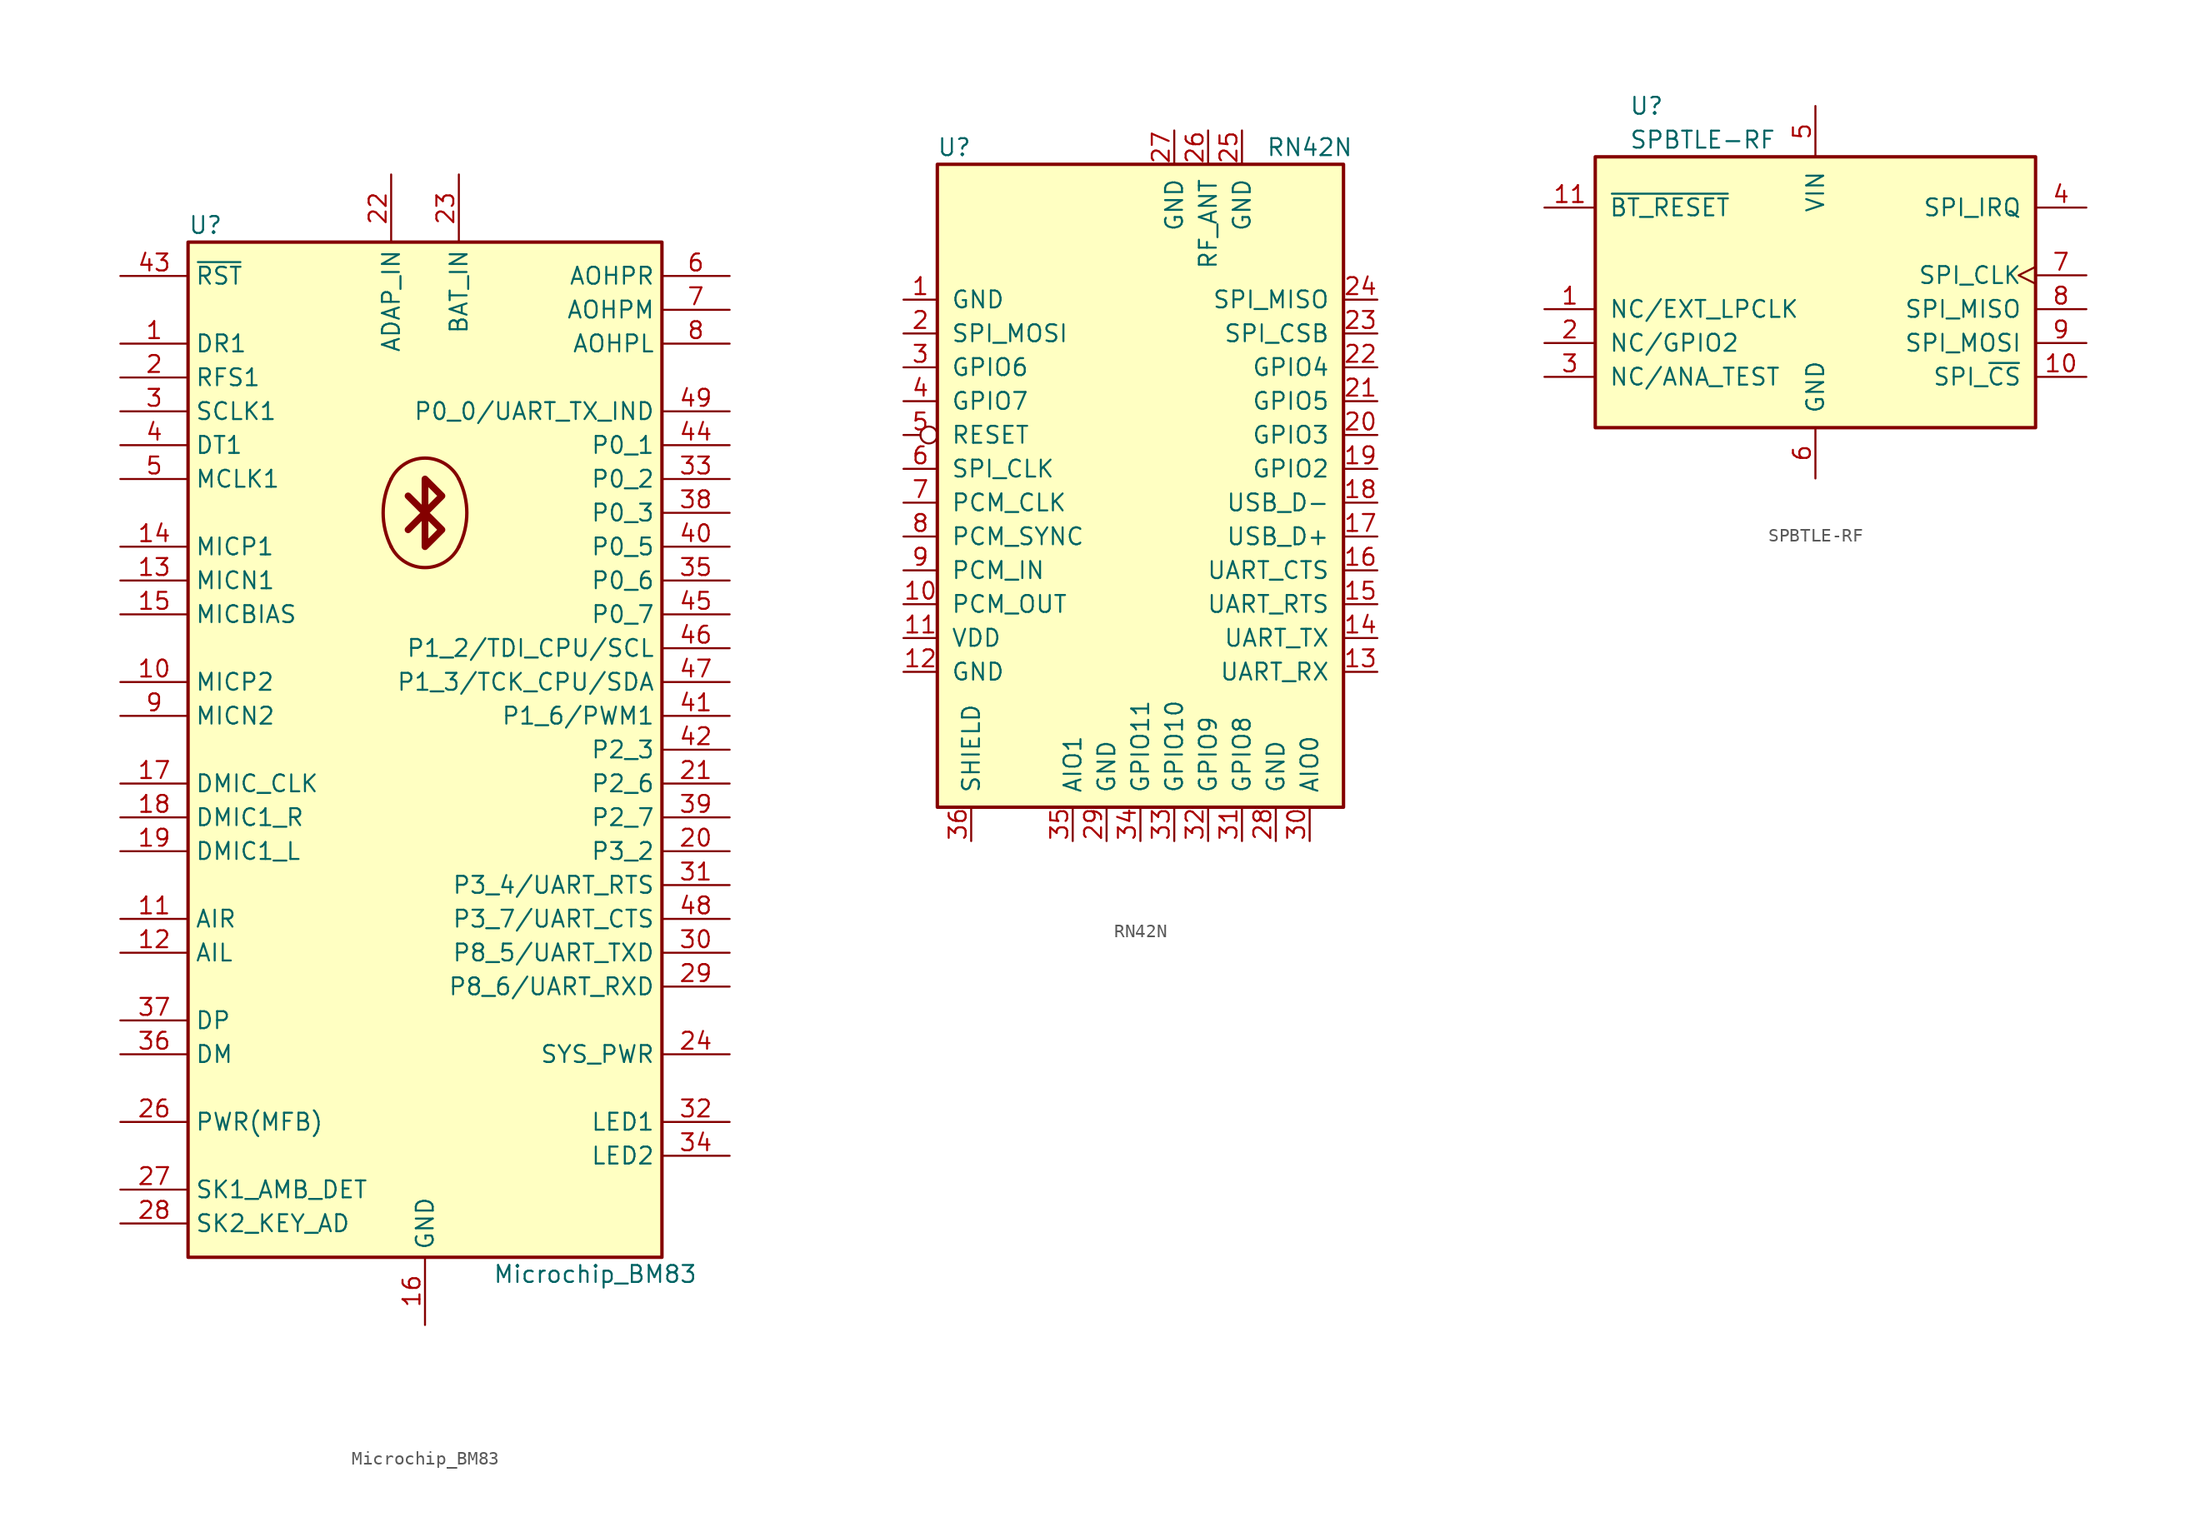
<source format=kicad_sym>
(kicad_symbol_lib
  (version 20231120)
  (generator "kicad_symbol_editor")
  (generator_version "8.0")
  (symbol "Microchip_BM83"
    (property "Reference" "U"
      (at -17.78 39.37 0)
      (effects (font (size 1.27 1.27)) (justify left)))
    (property "Value" "Microchip_BM83"
      (at 5.08 -39.37 0)
      (effects (font (size 1.27 1.27)) (justify left)))
    (symbol "Microchip_BM83_0_1"
      (rectangle (start -17.78 38.1) (end 17.78 -38.1) (stroke (width 0.254) (type default)) (fill (type background)))
      (arc (start -2.5399 15.24) (mid 0.0001 13.6702) (end 2.5401 15.24) (stroke (width 0.254) (type default)) (fill (type background)))
      (arc (start -2.5399 20.32) (mid -3.1395 17.78) (end -2.5399 15.24) (stroke (width 0.254) (type default)) (fill (type background)))
      (polyline (pts (xy 0.0001 17.78) (xy -1.27 16.51)) (stroke (width 0.508) (type default)) (fill (type none)))
      (polyline (pts (xy 0.0001 17.78) (xy -1.27 19.05)) (stroke (width 0.508) (type default)) (fill (type none)))
      (polyline (pts (xy 0.0001 20.32) (xy 1.27 19.05) (xy 0.0001 17.78) (xy 1.27 16.51) (xy 0.0001 15.24) (xy 0.0001 20.32)) (stroke (width 0.508) (type default)) (fill (type none)))
      (arc (start 2.5401 15.24) (mid 3.1397 17.78) (end 2.5401 20.32) (stroke (width 0.254) (type default)) (fill (type background)))
      (arc (start 2.5401 20.32) (mid 0.0001 21.8898) (end -2.5399 20.32) (stroke (width 0.254) (type default)) (fill (type background))))
    (symbol "Microchip_BM83_1_1"
      (pin input line (at -22.86 30.48 0) (length 5.08) (name "DR1" (effects (font (size 1.27 1.27)))) (number "1" (effects (font (size 1.27 1.27)))))
      (pin input line (at -22.86 5.08 0) (length 5.08) (name "MICP2" (effects (font (size 1.27 1.27)))) (number "10" (effects (font (size 1.27 1.27)))))
      (pin input line (at -22.86 -12.7 0) (length 5.08) (name "AIR" (effects (font (size 1.27 1.27)))) (number "11" (effects (font (size 1.27 1.27)))))
      (pin input line (at -22.86 -15.24 0) (length 5.08) (name "AIL" (effects (font (size 1.27 1.27)))) (number "12" (effects (font (size 1.27 1.27)))))
      (pin input line (at -22.86 12.7 0) (length 5.08) (name "MICN1" (effects (font (size 1.27 1.27)))) (number "13" (effects (font (size 1.27 1.27)))))
      (pin input line (at -22.86 15.24 0) (length 5.08) (name "MICP1" (effects (font (size 1.27 1.27)))) (number "14" (effects (font (size 1.27 1.27)))))
      (pin passive line (at -22.86 10.16 0) (length 5.08) (name "MICBIAS" (effects (font (size 1.27 1.27)))) (number "15" (effects (font (size 1.27 1.27)))))
      (pin power_in line (at 0 -43.18 90) (length 5.08) (name "GND" (effects (font (size 1.27 1.27)))) (number "16" (effects (font (size 1.27 1.27)))))
      (pin output line (at -22.86 -2.54 0) (length 5.08) (name "DMIC_CLK" (effects (font (size 1.27 1.27)))) (number "17" (effects (font (size 1.27 1.27)))))
      (pin output line (at -22.86 -5.08 0) (length 5.08) (name "DMIC1_R" (effects (font (size 1.27 1.27)))) (number "18" (effects (font (size 1.27 1.27)))))
      (pin output line (at -22.86 -7.62 0) (length 5.08) (name "DMIC1_L" (effects (font (size 1.27 1.27)))) (number "19" (effects (font (size 1.27 1.27)))))
      (pin bidirectional line (at -22.86 27.94 0) (length 5.08) (name "RFS1" (effects (font (size 1.27 1.27)))) (number "2" (effects (font (size 1.27 1.27)))))
      (pin bidirectional line (at 22.86 -7.62 180) (length 5.08) (name "P3_2" (effects (font (size 1.27 1.27)))) (number "20" (effects (font (size 1.27 1.27)))))
      (pin bidirectional line (at 22.86 -2.54 180) (length 5.08) (name "P2_6" (effects (font (size 1.27 1.27)))) (number "21" (effects (font (size 1.27 1.27)))))
      (pin power_in line (at -2.54 43.18 270) (length 5.08) (name "ADAP_IN" (effects (font (size 1.27 1.27)))) (number "22" (effects (font (size 1.27 1.27)))))
      (pin power_in line (at 2.54 43.18 270) (length 5.08) (name "BAT_IN" (effects (font (size 1.27 1.27)))) (number "23" (effects (font (size 1.27 1.27)))))
      (pin power_out line (at 22.86 -22.86 180) (length 5.08) (name "SYS_PWR" (effects (font (size 1.27 1.27)))) (number "24" (effects (font (size 1.27 1.27)))))
      (pin no_connect line (at 17.78 -33.02 180) (length 5.08) hide (name "VDD_IO" (effects (font (size 1.27 1.27)))) (number "25" (effects (font (size 1.27 1.27)))))
      (pin input line (at -22.86 -27.94 0) (length 5.08) (name "PWR(MFB)" (effects (font (size 1.27 1.27)))) (number "26" (effects (font (size 1.27 1.27)))))
      (pin input line (at -22.86 -33.02 0) (length 5.08) (name "SK1_AMB_DET" (effects (font (size 1.27 1.27)))) (number "27" (effects (font (size 1.27 1.27)))))
      (pin input line (at -22.86 -35.56 0) (length 5.08) (name "SK2_KEY_AD" (effects (font (size 1.27 1.27)))) (number "28" (effects (font (size 1.27 1.27)))))
      (pin bidirectional line (at 22.86 -17.78 180) (length 5.08) (name "P8_6/UART_RXD" (effects (font (size 1.27 1.27)))) (number "29" (effects (font (size 1.27 1.27)))))
      (pin bidirectional line (at -22.86 25.4 0) (length 5.08) (name "SCLK1" (effects (font (size 1.27 1.27)))) (number "3" (effects (font (size 1.27 1.27)))))
      (pin bidirectional line (at 22.86 -15.24 180) (length 5.08) (name "P8_5/UART_TXD" (effects (font (size 1.27 1.27)))) (number "30" (effects (font (size 1.27 1.27)))))
      (pin bidirectional line (at 22.86 -10.16 180) (length 5.08) (name "P3_4/UART_RTS" (effects (font (size 1.27 1.27)))) (number "31" (effects (font (size 1.27 1.27)))))
      (pin input line (at 22.86 -27.94 180) (length 5.08) (name "LED1" (effects (font (size 1.27 1.27)))) (number "32" (effects (font (size 1.27 1.27)))))
      (pin bidirectional line (at 22.86 20.32 180) (length 5.08) (name "P0_2" (effects (font (size 1.27 1.27)))) (number "33" (effects (font (size 1.27 1.27)))))
      (pin input line (at 22.86 -30.48 180) (length 5.08) (name "LED2" (effects (font (size 1.27 1.27)))) (number "34" (effects (font (size 1.27 1.27)))))
      (pin bidirectional line (at 22.86 12.7 180) (length 5.08) (name "P0_6" (effects (font (size 1.27 1.27)))) (number "35" (effects (font (size 1.27 1.27)))))
      (pin bidirectional line (at -22.86 -22.86 0) (length 5.08) (name "DM" (effects (font (size 1.27 1.27)))) (number "36" (effects (font (size 1.27 1.27)))))
      (pin bidirectional line (at -22.86 -20.32 0) (length 5.08) (name "DP" (effects (font (size 1.27 1.27)))) (number "37" (effects (font (size 1.27 1.27)))))
      (pin bidirectional line (at 22.86 17.78 180) (length 5.08) (name "P0_3" (effects (font (size 1.27 1.27)))) (number "38" (effects (font (size 1.27 1.27)))))
      (pin bidirectional line (at 22.86 -5.08 180) (length 5.08) (name "P2_7" (effects (font (size 1.27 1.27)))) (number "39" (effects (font (size 1.27 1.27)))))
      (pin output line (at -22.86 22.86 0) (length 5.08) (name "DT1" (effects (font (size 1.27 1.27)))) (number "4" (effects (font (size 1.27 1.27)))))
      (pin bidirectional line (at 22.86 15.24 180) (length 5.08) (name "P0_5" (effects (font (size 1.27 1.27)))) (number "40" (effects (font (size 1.27 1.27)))))
      (pin bidirectional line (at 22.86 2.54 180) (length 5.08) (name "P1_6/PWM1" (effects (font (size 1.27 1.27)))) (number "41" (effects (font (size 1.27 1.27)))))
      (pin bidirectional line (at 22.86 0 180) (length 5.08) (name "P2_3" (effects (font (size 1.27 1.27)))) (number "42" (effects (font (size 1.27 1.27)))))
      (pin input line (at -22.86 35.56 0) (length 5.08) (name "~{RST}" (effects (font (size 1.27 1.27)))) (number "43" (effects (font (size 1.27 1.27)))))
      (pin bidirectional line (at 22.86 22.86 180) (length 5.08) (name "P0_1" (effects (font (size 1.27 1.27)))) (number "44" (effects (font (size 1.27 1.27)))))
      (pin bidirectional line (at 22.86 10.16 180) (length 5.08) (name "P0_7" (effects (font (size 1.27 1.27)))) (number "45" (effects (font (size 1.27 1.27)))))
      (pin bidirectional line (at 22.86 7.62 180) (length 5.08) (name "P1_2/TDI_CPU/SCL" (effects (font (size 1.27 1.27)))) (number "46" (effects (font (size 1.27 1.27)))))
      (pin bidirectional line (at 22.86 5.08 180) (length 5.08) (name "P1_3/TCK_CPU/SDA" (effects (font (size 1.27 1.27)))) (number "47" (effects (font (size 1.27 1.27)))))
      (pin bidirectional line (at 22.86 -12.7 180) (length 5.08) (name "P3_7/UART_CTS" (effects (font (size 1.27 1.27)))) (number "48" (effects (font (size 1.27 1.27)))))
      (pin bidirectional line (at 22.86 25.4 180) (length 5.08) (name "P0_0/UART_TX_IND" (effects (font (size 1.27 1.27)))) (number "49" (effects (font (size 1.27 1.27)))))
      (pin output line (at -22.86 20.32 0) (length 5.08) (name "MCLK1" (effects (font (size 1.27 1.27)))) (number "5" (effects (font (size 1.27 1.27)))))
      (pin passive line (at 0 -43.18 90) (length 5.08) hide (name "GND" (effects (font (size 1.27 1.27)))) (number "50" (effects (font (size 1.27 1.27)))))
      (pin passive line (at 0 -43.18 90) (length 5.08) hide (name "GND" (effects (font (size 1.27 1.27)))) (number "56" (effects (font (size 1.27 1.27)))))
      (pin passive line (at 0 -43.18 90) (length 5.08) hide (name "GND" (effects (font (size 1.27 1.27)))) (number "57" (effects (font (size 1.27 1.27)))))
      (pin output line (at 22.86 35.56 180) (length 5.08) (name "AOHPR" (effects (font (size 1.27 1.27)))) (number "6" (effects (font (size 1.27 1.27)))))
      (pin output line (at 22.86 33.02 180) (length 5.08) (name "AOHPM" (effects (font (size 1.27 1.27)))) (number "7" (effects (font (size 1.27 1.27)))))
      (pin output line (at 22.86 30.48 180) (length 5.08) (name "AOHPL" (effects (font (size 1.27 1.27)))) (number "8" (effects (font (size 1.27 1.27)))))
      (pin input line (at -22.86 2.54 0) (length 5.08) (name "MICN2" (effects (font (size 1.27 1.27)))) (number "9" (effects (font (size 1.27 1.27)))))))
  (symbol "RN42N"
    (pin_names
      (offset 1.016))
    (property "Reference" "U"
      (at -13.97 26.67 0)
      (effects (font (size 1.27 1.27))))
    (property "Value" "RN42N"
      (at 12.7 26.67 0)
      (effects (font (size 1.27 1.27))))
    (symbol "RN42N_0_1"
      (rectangle (start -15.24 25.4) (end 15.24 -22.86) (stroke (width 0.254) (type default)) (fill (type background))))
    (symbol "RN42N_1_1"
      (pin power_in line (at -17.78 15.24 0) (length 2.54) (name "GND" (effects (font (size 1.27 1.27)))) (number "1" (effects (font (size 1.27 1.27)))))
      (pin output line (at -17.78 -7.62 0) (length 2.54) (name "PCM_OUT" (effects (font (size 1.27 1.27)))) (number "10" (effects (font (size 1.27 1.27)))))
      (pin power_in line (at -17.78 -10.16 0) (length 2.54) (name "VDD" (effects (font (size 1.27 1.27)))) (number "11" (effects (font (size 1.27 1.27)))))
      (pin power_in line (at -17.78 -12.7 0) (length 2.54) (name "GND" (effects (font (size 1.27 1.27)))) (number "12" (effects (font (size 1.27 1.27)))))
      (pin input line (at 17.78 -12.7 180) (length 2.54) (name "UART_RX" (effects (font (size 1.27 1.27)))) (number "13" (effects (font (size 1.27 1.27)))))
      (pin output line (at 17.78 -10.16 180) (length 2.54) (name "UART_TX" (effects (font (size 1.27 1.27)))) (number "14" (effects (font (size 1.27 1.27)))))
      (pin output line (at 17.78 -7.62 180) (length 2.54) (name "UART_RTS" (effects (font (size 1.27 1.27)))) (number "15" (effects (font (size 1.27 1.27)))))
      (pin input line (at 17.78 -5.08 180) (length 2.54) (name "UART_CTS" (effects (font (size 1.27 1.27)))) (number "16" (effects (font (size 1.27 1.27)))))
      (pin bidirectional line (at 17.78 -2.54 180) (length 2.54) (name "USB_D+" (effects (font (size 1.27 1.27)))) (number "17" (effects (font (size 1.27 1.27)))))
      (pin bidirectional line (at 17.78 0 180) (length 2.54) (name "USB_D-" (effects (font (size 1.27 1.27)))) (number "18" (effects (font (size 1.27 1.27)))))
      (pin bidirectional line (at 17.78 2.54 180) (length 2.54) (name "GPIO2" (effects (font (size 1.27 1.27)))) (number "19" (effects (font (size 1.27 1.27)))))
      (pin input line (at -17.78 12.7 0) (length 2.54) (name "SPI_MOSI" (effects (font (size 1.27 1.27)))) (number "2" (effects (font (size 1.27 1.27)))))
      (pin input line (at 17.78 5.08 180) (length 2.54) (name "GPIO3" (effects (font (size 1.27 1.27)))) (number "20" (effects (font (size 1.27 1.27)))))
      (pin bidirectional line (at 17.78 7.62 180) (length 2.54) (name "GPIO5" (effects (font (size 1.27 1.27)))) (number "21" (effects (font (size 1.27 1.27)))))
      (pin bidirectional line (at 17.78 10.16 180) (length 2.54) (name "GPIO4" (effects (font (size 1.27 1.27)))) (number "22" (effects (font (size 1.27 1.27)))))
      (pin input line (at 17.78 12.7 180) (length 2.54) (name "SPI_CSB" (effects (font (size 1.27 1.27)))) (number "23" (effects (font (size 1.27 1.27)))))
      (pin output line (at 17.78 15.24 180) (length 2.54) (name "SPI_MISO" (effects (font (size 1.27 1.27)))) (number "24" (effects (font (size 1.27 1.27)))))
      (pin power_in line (at 7.62 27.94 270) (length 2.54) (name "GND" (effects (font (size 1.27 1.27)))) (number "25" (effects (font (size 1.27 1.27)))))
      (pin bidirectional line (at 5.08 27.94 270) (length 2.54) (name "RF_ANT" (effects (font (size 1.27 1.27)))) (number "26" (effects (font (size 1.27 1.27)))))
      (pin power_in line (at 2.54 27.94 270) (length 2.54) (name "GND" (effects (font (size 1.27 1.27)))) (number "27" (effects (font (size 1.27 1.27)))))
      (pin power_in line (at 10.16 -25.4 90) (length 2.54) (name "GND" (effects (font (size 1.27 1.27)))) (number "28" (effects (font (size 1.27 1.27)))))
      (pin power_in line (at -2.54 -25.4 90) (length 2.54) (name "GND" (effects (font (size 1.27 1.27)))) (number "29" (effects (font (size 1.27 1.27)))))
      (pin input line (at -17.78 10.16 0) (length 2.54) (name "GPIO6" (effects (font (size 1.27 1.27)))) (number "3" (effects (font (size 1.27 1.27)))))
      (pin input line (at 12.7 -25.4 90) (length 2.54) (name "AIO0" (effects (font (size 1.27 1.27)))) (number "30" (effects (font (size 1.27 1.27)))))
      (pin output line (at 7.62 -25.4 90) (length 2.54) (name "GPIO8" (effects (font (size 1.27 1.27)))) (number "31" (effects (font (size 1.27 1.27)))))
      (pin bidirectional line (at 5.08 -25.4 90) (length 2.54) (name "GPIO9" (effects (font (size 1.27 1.27)))) (number "32" (effects (font (size 1.27 1.27)))))
      (pin bidirectional line (at 2.54 -25.4 90) (length 2.54) (name "GPIO10" (effects (font (size 1.27 1.27)))) (number "33" (effects (font (size 1.27 1.27)))))
      (pin bidirectional line (at 0 -25.4 90) (length 2.54) (name "GPIO11" (effects (font (size 1.27 1.27)))) (number "34" (effects (font (size 1.27 1.27)))))
      (pin input line (at -5.08 -25.4 90) (length 2.54) (name "AIO1" (effects (font (size 1.27 1.27)))) (number "35" (effects (font (size 1.27 1.27)))))
      (pin input line (at -12.7 -25.4 90) (length 2.54) (name "SHIELD" (effects (font (size 1.27 1.27)))) (number "36" (effects (font (size 1.27 1.27)))))
      (pin bidirectional line (at -17.78 7.62 0) (length 2.54) (name "GPIO7" (effects (font (size 1.27 1.27)))) (number "4" (effects (font (size 1.27 1.27)))))
      (pin input inverted (at -17.78 5.08 0) (length 2.54) (name "RESET" (effects (font (size 1.27 1.27)))) (number "5" (effects (font (size 1.27 1.27)))))
      (pin input line (at -17.78 2.54 0) (length 2.54) (name "SPI_CLK" (effects (font (size 1.27 1.27)))) (number "6" (effects (font (size 1.27 1.27)))))
      (pin bidirectional line (at -17.78 0 0) (length 2.54) (name "PCM_CLK" (effects (font (size 1.27 1.27)))) (number "7" (effects (font (size 1.27 1.27)))))
      (pin bidirectional line (at -17.78 -2.54 0) (length 2.54) (name "PCM_SYNC" (effects (font (size 1.27 1.27)))) (number "8" (effects (font (size 1.27 1.27)))))
      (pin input line (at -17.78 -5.08 0) (length 2.54) (name "PCM_IN" (effects (font (size 1.27 1.27)))) (number "9" (effects (font (size 1.27 1.27)))))))
  (symbol "SPBTLE-RF"
    (pin_names
      (offset 1.016))
    (property "Reference" "U"
      (at -13.97 12.7 0)
      (effects (font (size 1.27 1.27)) (justify left)))
    (property "Value" "SPBTLE-RF"
      (at -13.97 10.16 0)
      (effects (font (size 1.27 1.27)) (justify left)))
    (symbol "SPBTLE-RF_0_1"
      (rectangle (start -16.51 8.89) (end 16.51 -11.43) (stroke (width 0.254) (type default)) (fill (type background))))
    (symbol "SPBTLE-RF_1_1"
      (pin input line (at -20.32 -2.54 0) (length 3.81) (name "NC/EXT_LPCLK" (effects (font (size 1.27 1.27)))) (number "1" (effects (font (size 1.27 1.27)))))
      (pin input line (at 20.32 -7.62 180) (length 3.81) (name "SPI_~{CS}" (effects (font (size 1.27 1.27)))) (number "10" (effects (font (size 1.27 1.27)))))
      (pin input line (at -20.32 5.08 0) (length 3.81) (name "~{BT_RESET}" (effects (font (size 1.27 1.27)))) (number "11" (effects (font (size 1.27 1.27)))))
      (pin bidirectional line (at -20.32 -5.08 0) (length 3.81) (name "NC/GPIO2" (effects (font (size 1.27 1.27)))) (number "2" (effects (font (size 1.27 1.27)))))
      (pin input line (at -20.32 -7.62 0) (length 3.81) (name "NC/ANA_TEST" (effects (font (size 1.27 1.27)))) (number "3" (effects (font (size 1.27 1.27)))))
      (pin output line (at 20.32 5.08 180) (length 3.81) (name "SPI_IRQ" (effects (font (size 1.27 1.27)))) (number "4" (effects (font (size 1.27 1.27)))))
      (pin power_in line (at 0 12.7 270) (length 3.81) (name "VIN" (effects (font (size 1.27 1.27)))) (number "5" (effects (font (size 1.27 1.27)))))
      (pin power_in line (at 0 -15.24 90) (length 3.81) (name "GND" (effects (font (size 1.27 1.27)))) (number "6" (effects (font (size 1.27 1.27)))))
      (pin input clock (at 20.32 0 180) (length 3.81) (name "SPI_CLK" (effects (font (size 1.27 1.27)))) (number "7" (effects (font (size 1.27 1.27)))))
      (pin output line (at 20.32 -2.54 180) (length 3.81) (name "SPI_MISO" (effects (font (size 1.27 1.27)))) (number "8" (effects (font (size 1.27 1.27)))))
      (pin input line (at 20.32 -5.08 180) (length 3.81) (name "SPI_MOSI" (effects (font (size 1.27 1.27)))) (number "9" (effects (font (size 1.27 1.27))))))))
</source>
